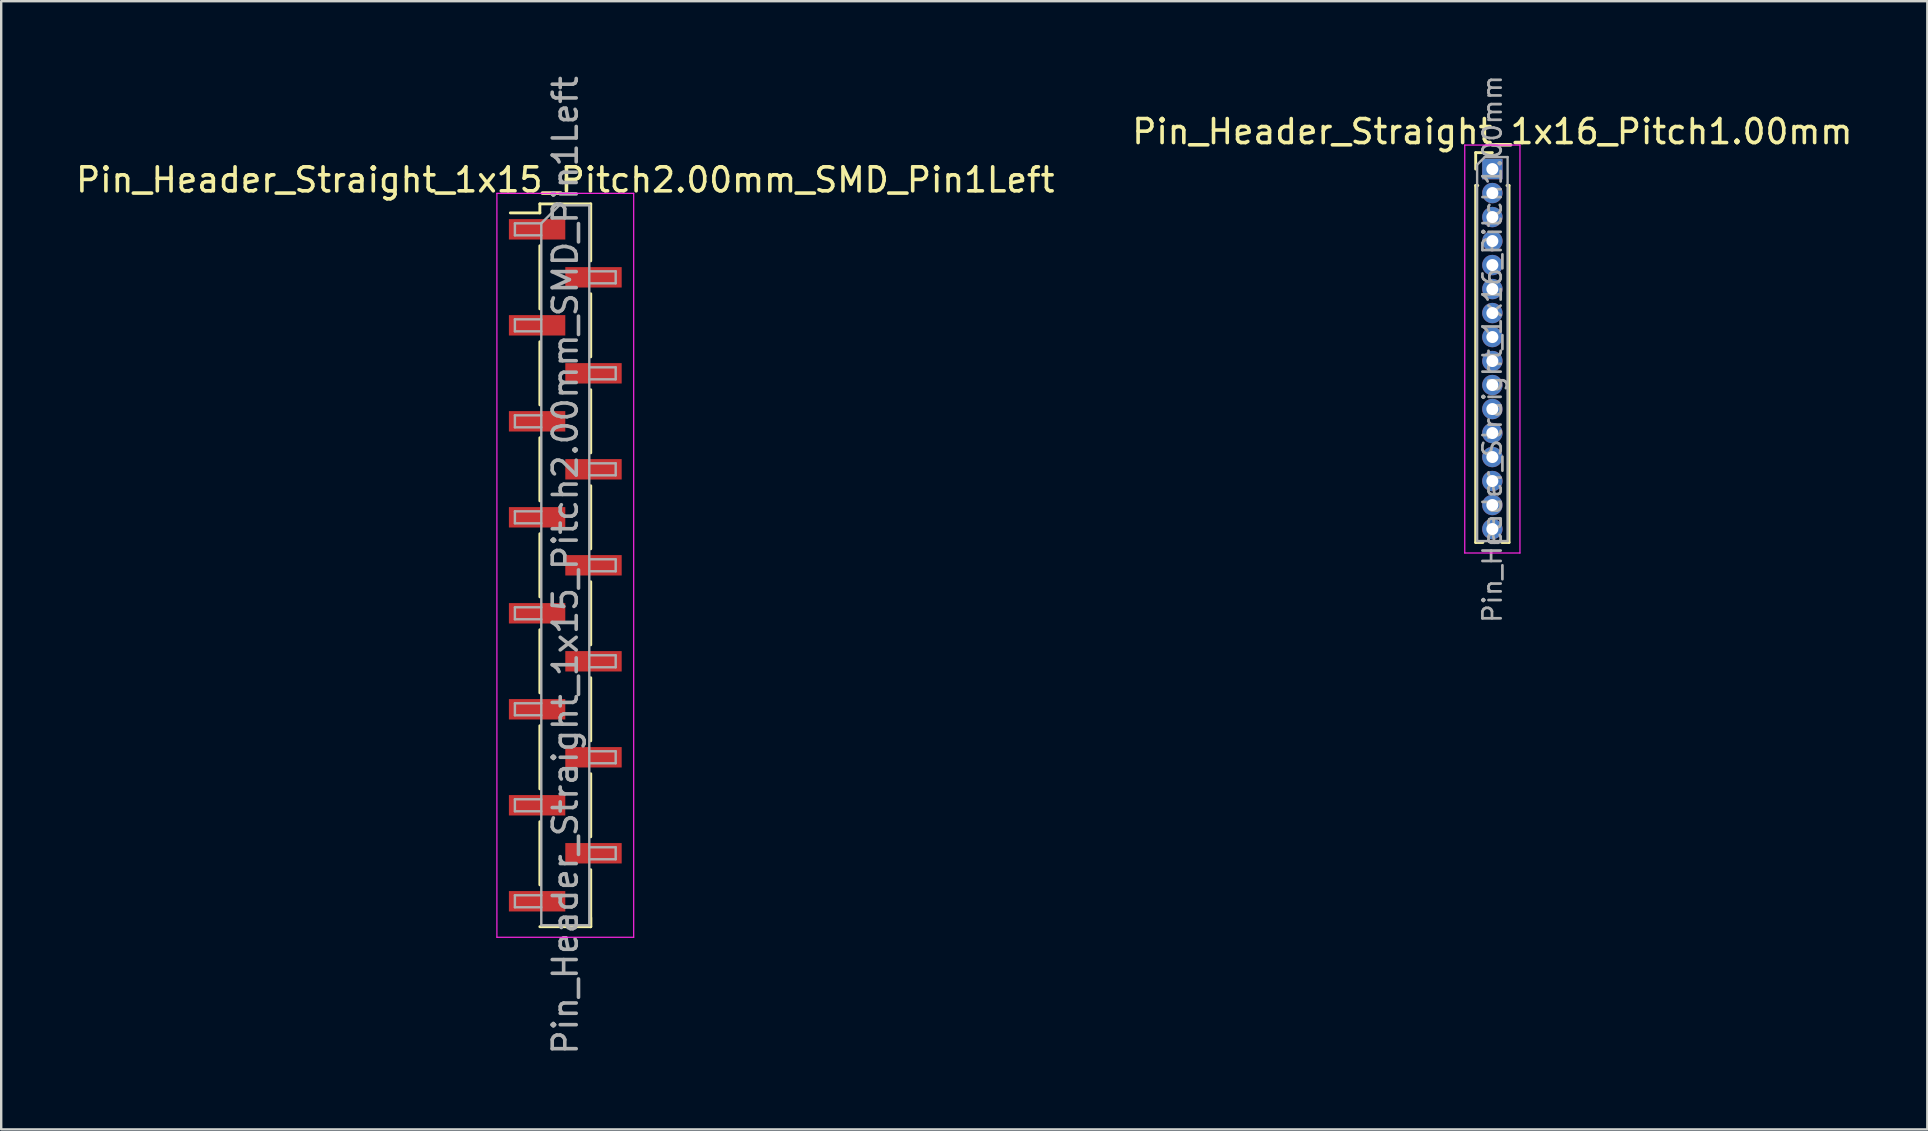
<source format=kicad_pcb>
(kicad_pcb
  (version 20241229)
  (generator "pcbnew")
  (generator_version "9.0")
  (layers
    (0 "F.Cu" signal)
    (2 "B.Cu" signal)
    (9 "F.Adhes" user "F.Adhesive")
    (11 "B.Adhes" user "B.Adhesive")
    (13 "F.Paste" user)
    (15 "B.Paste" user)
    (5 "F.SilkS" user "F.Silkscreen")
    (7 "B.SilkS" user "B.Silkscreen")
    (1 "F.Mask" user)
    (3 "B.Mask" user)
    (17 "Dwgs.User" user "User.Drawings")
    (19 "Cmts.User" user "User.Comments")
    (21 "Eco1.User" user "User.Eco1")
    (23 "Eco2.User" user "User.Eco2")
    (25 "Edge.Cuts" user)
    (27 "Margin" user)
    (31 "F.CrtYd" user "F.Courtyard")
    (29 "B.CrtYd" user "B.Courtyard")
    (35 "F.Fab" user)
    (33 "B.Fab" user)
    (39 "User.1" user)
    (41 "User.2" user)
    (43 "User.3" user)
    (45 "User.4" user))
  (footprint "Pin_Header_Straight_1x15_Pitch2.00mm_SMD_Pin1Left"
    (layer "F.Cu")
    (at 20.506 20.506)
    (property "Reference" "Pin_Header_Straight_1x15_Pitch2.00mm_SMD_Pin1Left" (at 0 -16.06 0) (layer "F.SilkS") (effects (font (size 1 1) (thickness 0.15))))
    (attr smd)
    (fp_line (start -1.06 -15.06) (end -1.06 -14.685) (stroke (width 0.12) (type solid)) (layer "F.SilkS"))
    (fp_line (start -1.06 -15.06) (end 1.06 -15.06) (stroke (width 0.12) (type solid)) (layer "F.SilkS"))
    (fp_line (start -1.06 -14.685) (end -2.29 -14.685) (stroke (width 0.12) (type solid)) (layer "F.SilkS"))
    (fp_line (start -1.06 -13.315) (end -1.06 -10.685) (stroke (width 0.12) (type solid)) (layer "F.SilkS"))
    (fp_line (start -1.06 -9.315) (end -1.06 -6.685) (stroke (width 0.12) (type solid)) (layer "F.SilkS"))
    (fp_line (start -1.06 -5.315) (end -1.06 -2.685) (stroke (width 0.12) (type solid)) (layer "F.SilkS"))
    (fp_line (start -1.06 -1.315) (end -1.06 1.315) (stroke (width 0.12) (type solid)) (layer "F.SilkS"))
    (fp_line (start -1.06 2.685) (end -1.06 5.315) (stroke (width 0.12) (type solid)) (layer "F.SilkS"))
    (fp_line (start -1.06 6.685) (end -1.06 9.315) (stroke (width 0.12) (type solid)) (layer "F.SilkS"))
    (fp_line (start -1.06 10.685) (end -1.06 13.315) (stroke (width 0.12) (type solid)) (layer "F.SilkS"))
    (fp_line (start -1.06 15.06) (end 1.06 15.06) (stroke (width 0.12) (type solid)) (layer "F.SilkS"))
    (fp_line (start 1.06 -15.06) (end 1.06 -12.685) (stroke (width 0.12) (type solid)) (layer "F.SilkS"))
    (fp_line (start 1.06 -11.315) (end 1.06 -8.685) (stroke (width 0.12) (type solid)) (layer "F.SilkS"))
    (fp_line (start 1.06 -7.315) (end 1.06 -4.685) (stroke (width 0.12) (type solid)) (layer "F.SilkS"))
    (fp_line (start 1.06 -3.315) (end 1.06 -0.685) (stroke (width 0.12) (type solid)) (layer "F.SilkS"))
    (fp_line (start 1.06 0.685) (end 1.06 3.315) (stroke (width 0.12) (type solid)) (layer "F.SilkS"))
    (fp_line (start 1.06 4.685) (end 1.06 7.315) (stroke (width 0.12) (type solid)) (layer "F.SilkS"))
    (fp_line (start 1.06 8.685) (end 1.06 11.315) (stroke (width 0.12) (type solid)) (layer "F.SilkS"))
    (fp_line (start 1.06 12.685) (end 1.06 15.06) (stroke (width 0.12) (type solid)) (layer "F.SilkS"))
    (fp_line (start 1.06 14.685) (end 1.06 15.06) (stroke (width 0.12) (type solid)) (layer "F.SilkS"))
    (fp_line (start -2.85 -15.5) (end -2.85 15.5) (stroke (width 0.05) (type solid)) (layer "F.CrtYd"))
    (fp_line (start -2.85 15.5) (end 2.85 15.5) (stroke (width 0.05) (type solid)) (layer "F.CrtYd"))
    (fp_line (start 2.85 -15.5) (end -2.85 -15.5) (stroke (width 0.05) (type solid)) (layer "F.CrtYd"))
    (fp_line (start 2.85 15.5) (end 2.85 -15.5) (stroke (width 0.05) (type solid)) (layer "F.CrtYd"))
    (fp_line (start -2.1 -14.25) (end -2.1 -13.75) (stroke (width 0.1) (type solid)) (layer "F.Fab"))
    (fp_line (start -2.1 -13.75) (end -1 -13.75) (stroke (width 0.1) (type solid)) (layer "F.Fab"))
    (fp_line (start -2.1 -10.25) (end -2.1 -9.75) (stroke (width 0.1) (type solid)) (layer "F.Fab"))
    (fp_line (start -2.1 -9.75) (end -1 -9.75) (stroke (width 0.1) (type solid)) (layer "F.Fab"))
    (fp_line (start -2.1 -6.25) (end -2.1 -5.75) (stroke (width 0.1) (type solid)) (layer "F.Fab"))
    (fp_line (start -2.1 -5.75) (end -1 -5.75) (stroke (width 0.1) (type solid)) (layer "F.Fab"))
    (fp_line (start -2.1 -2.25) (end -2.1 -1.75) (stroke (width 0.1) (type solid)) (layer "F.Fab"))
    (fp_line (start -2.1 -1.75) (end -1 -1.75) (stroke (width 0.1) (type solid)) (layer "F.Fab"))
    (fp_line (start -2.1 1.75) (end -2.1 2.25) (stroke (width 0.1) (type solid)) (layer "F.Fab"))
    (fp_line (start -2.1 2.25) (end -1 2.25) (stroke (width 0.1) (type solid)) (layer "F.Fab"))
    (fp_line (start -2.1 5.75) (end -2.1 6.25) (stroke (width 0.1) (type solid)) (layer "F.Fab"))
    (fp_line (start -2.1 6.25) (end -1 6.25) (stroke (width 0.1) (type solid)) (layer "F.Fab"))
    (fp_line (start -2.1 9.75) (end -2.1 10.25) (stroke (width 0.1) (type solid)) (layer "F.Fab"))
    (fp_line (start -2.1 10.25) (end -1 10.25) (stroke (width 0.1) (type solid)) (layer "F.Fab"))
    (fp_line (start -2.1 13.75) (end -2.1 14.25) (stroke (width 0.1) (type solid)) (layer "F.Fab"))
    (fp_line (start -2.1 14.25) (end -1 14.25) (stroke (width 0.1) (type solid)) (layer "F.Fab"))
    (fp_line (start -1 -14.25) (end -2.1 -14.25) (stroke (width 0.1) (type solid)) (layer "F.Fab"))
    (fp_line (start -1 -14.25) (end -0.25 -15) (stroke (width 0.1) (type solid)) (layer "F.Fab"))
    (fp_line (start -1 -10.25) (end -2.1 -10.25) (stroke (width 0.1) (type solid)) (layer "F.Fab"))
    (fp_line (start -1 -6.25) (end -2.1 -6.25) (stroke (width 0.1) (type solid)) (layer "F.Fab"))
    (fp_line (start -1 -2.25) (end -2.1 -2.25) (stroke (width 0.1) (type solid)) (layer "F.Fab"))
    (fp_line (start -1 1.75) (end -2.1 1.75) (stroke (width 0.1) (type solid)) (layer "F.Fab"))
    (fp_line (start -1 5.75) (end -2.1 5.75) (stroke (width 0.1) (type solid)) (layer "F.Fab"))
    (fp_line (start -1 9.75) (end -2.1 9.75) (stroke (width 0.1) (type solid)) (layer "F.Fab"))
    (fp_line (start -1 13.75) (end -2.1 13.75) (stroke (width 0.1) (type solid)) (layer "F.Fab"))
    (fp_line (start -1 15) (end -1 -14.25) (stroke (width 0.1) (type solid)) (layer "F.Fab"))
    (fp_line (start -0.25 -15) (end 1 -15) (stroke (width 0.1) (type solid)) (layer "F.Fab"))
    (fp_line (start 1 -15) (end 1 15) (stroke (width 0.1) (type solid)) (layer "F.Fab"))
    (fp_line (start 1 -12.25) (end 2.1 -12.25) (stroke (width 0.1) (type solid)) (layer "F.Fab"))
    (fp_line (start 1 -8.25) (end 2.1 -8.25) (stroke (width 0.1) (type solid)) (layer "F.Fab"))
    (fp_line (start 1 -4.25) (end 2.1 -4.25) (stroke (width 0.1) (type solid)) (layer "F.Fab"))
    (fp_line (start 1 -0.25) (end 2.1 -0.25) (stroke (width 0.1) (type solid)) (layer "F.Fab"))
    (fp_line (start 1 3.75) (end 2.1 3.75) (stroke (width 0.1) (type solid)) (layer "F.Fab"))
    (fp_line (start 1 7.75) (end 2.1 7.75) (stroke (width 0.1) (type solid)) (layer "F.Fab"))
    (fp_line (start 1 11.75) (end 2.1 11.75) (stroke (width 0.1) (type solid)) (layer "F.Fab"))
    (fp_line (start 1 15) (end -1 15) (stroke (width 0.1) (type solid)) (layer "F.Fab"))
    (fp_line (start 2.1 -12.25) (end 2.1 -11.75) (stroke (width 0.1) (type solid)) (layer "F.Fab"))
    (fp_line (start 2.1 -11.75) (end 1 -11.75) (stroke (width 0.1) (type solid)) (layer "F.Fab"))
    (fp_line (start 2.1 -8.25) (end 2.1 -7.75) (stroke (width 0.1) (type solid)) (layer "F.Fab"))
    (fp_line (start 2.1 -7.75) (end 1 -7.75) (stroke (width 0.1) (type solid)) (layer "F.Fab"))
    (fp_line (start 2.1 -4.25) (end 2.1 -3.75) (stroke (width 0.1) (type solid)) (layer "F.Fab"))
    (fp_line (start 2.1 -3.75) (end 1 -3.75) (stroke (width 0.1) (type solid)) (layer "F.Fab"))
    (fp_line (start 2.1 -0.25) (end 2.1 0.25) (stroke (width 0.1) (type solid)) (layer "F.Fab"))
    (fp_line (start 2.1 0.25) (end 1 0.25) (stroke (width 0.1) (type solid)) (layer "F.Fab"))
    (fp_line (start 2.1 3.75) (end 2.1 4.25) (stroke (width 0.1) (type solid)) (layer "F.Fab"))
    (fp_line (start 2.1 4.25) (end 1 4.25) (stroke (width 0.1) (type solid)) (layer "F.Fab"))
    (fp_line (start 2.1 7.75) (end 2.1 8.25) (stroke (width 0.1) (type solid)) (layer "F.Fab"))
    (fp_line (start 2.1 8.25) (end 1 8.25) (stroke (width 0.1) (type solid)) (layer "F.Fab"))
    (fp_line (start 2.1 11.75) (end 2.1 12.25) (stroke (width 0.1) (type solid)) (layer "F.Fab"))
    (fp_line (start 2.1 12.25) (end 1 12.25) (stroke (width 0.1) (type solid)) (layer "F.Fab"))
    (fp_text user "${REFERENCE}" (at 0 0 90) (layer "F.Fab") (effects (font (size 1 1) (thickness 0.15))))
    (pad "1" smd rect (at -1.175 -14) (size 2.35 0.85) (layers "F.Cu" "F.Mask" "F.Paste"))
    (pad "2" smd rect (at 1.175 -12) (size 2.35 0.85) (layers "F.Cu" "F.Mask" "F.Paste"))
    (pad "3" smd rect (at -1.175 -10) (size 2.35 0.85) (layers "F.Cu" "F.Mask" "F.Paste"))
    (pad "4" smd rect (at 1.175 -8) (size 2.35 0.85) (layers "F.Cu" "F.Mask" "F.Paste"))
    (pad "5" smd rect (at -1.175 -6) (size 2.35 0.85) (layers "F.Cu" "F.Mask" "F.Paste"))
    (pad "6" smd rect (at 1.175 -4) (size 2.35 0.85) (layers "F.Cu" "F.Mask" "F.Paste"))
    (pad "7" smd rect (at -1.175 -2) (size 2.35 0.85) (layers "F.Cu" "F.Mask" "F.Paste"))
    (pad "8" smd rect (at 1.175 0) (size 2.35 0.85) (layers "F.Cu" "F.Mask" "F.Paste"))
    (pad "9" smd rect (at -1.175 2) (size 2.35 0.85) (layers "F.Cu" "F.Mask" "F.Paste"))
    (pad "10" smd rect (at 1.175 4) (size 2.35 0.85) (layers "F.Cu" "F.Mask" "F.Paste"))
    (pad "11" smd rect (at -1.175 6) (size 2.35 0.85) (layers "F.Cu" "F.Mask" "F.Paste"))
    (pad "12" smd rect (at 1.175 8) (size 2.35 0.85) (layers "F.Cu" "F.Mask" "F.Paste"))
    (pad "13" smd rect (at -1.175 10) (size 2.35 0.85) (layers "F.Cu" "F.Mask" "F.Paste"))
    (pad "14" smd rect (at 1.175 12) (size 2.35 0.85) (layers "F.Cu" "F.Mask" "F.Paste"))
    (pad "15" smd rect (at -1.175 14) (size 2.35 0.85) (layers "F.Cu" "F.Mask" "F.Paste")))
  (footprint "Pin_Header_Straight_1x16_Pitch1.00mm"
    (layer "F.Cu")
    (at 59.137 3.995)
    (property "Reference" "Pin_Header_Straight_1x16_Pitch1.00mm" (at 0 -1.56 0) (layer "F.SilkS") (effects (font (size 1 1) (thickness 0.15))))
    (attr through_hole)
    (fp_line (start -0.695 -0.685) (end 0 -0.685) (stroke (width 0.12) (type solid)) (layer "F.SilkS"))
    (fp_line (start -0.695 0) (end -0.695 -0.685) (stroke (width 0.12) (type solid)) (layer "F.SilkS"))
    (fp_line (start -0.695 0.685) (end -0.695 15.56) (stroke (width 0.12) (type solid)) (layer "F.SilkS"))
    (fp_line (start -0.695 0.685) (end -0.608 0.685) (stroke (width 0.12) (type solid)) (layer "F.SilkS"))
    (fp_line (start -0.695 15.56) (end -0.394 15.56) (stroke (width 0.12) (type solid)) (layer "F.SilkS"))
    (fp_line (start 0.394 15.56) (end 0.695 15.56) (stroke (width 0.12) (type solid)) (layer "F.SilkS"))
    (fp_line (start 0.608 0.685) (end 0.695 0.685) (stroke (width 0.12) (type solid)) (layer "F.SilkS"))
    (fp_line (start 0.695 0.685) (end 0.695 15.56) (stroke (width 0.12) (type solid)) (layer "F.SilkS"))
    (fp_line (start -1.15 -1) (end -1.15 16) (stroke (width 0.05) (type solid)) (layer "F.CrtYd"))
    (fp_line (start -1.15 16) (end 1.15 16) (stroke (width 0.05) (type solid)) (layer "F.CrtYd"))
    (fp_line (start 1.15 -1) (end -1.15 -1) (stroke (width 0.05) (type solid)) (layer "F.CrtYd"))
    (fp_line (start 1.15 16) (end 1.15 -1) (stroke (width 0.05) (type solid)) (layer "F.CrtYd"))
    (fp_line (start -0.635 -0.182) (end -0.318 -0.5) (stroke (width 0.1) (type solid)) (layer "F.Fab"))
    (fp_line (start -0.635 15.5) (end -0.635 -0.182) (stroke (width 0.1) (type solid)) (layer "F.Fab"))
    (fp_line (start -0.318 -0.5) (end 0.635 -0.5) (stroke (width 0.1) (type solid)) (layer "F.Fab"))
    (fp_line (start 0.635 -0.5) (end 0.635 15.5) (stroke (width 0.1) (type solid)) (layer "F.Fab"))
    (fp_line (start 0.635 15.5) (end -0.635 15.5) (stroke (width 0.1) (type solid)) (layer "F.Fab"))
    (fp_text user "${REFERENCE}" (at 0 7.5 90) (layer "F.Fab") (effects (font (size 0.76 0.76) (thickness 0.114))))
    (pad "1" thru_hole rect (at 0 0) (size 0.85 0.85) (drill 0.5) (layers "*.Cu" "*.Mask"))
    (pad "2" thru_hole oval (at 0 1) (size 0.85 0.85) (drill 0.5) (layers "*.Cu" "*.Mask"))
    (pad "3" thru_hole oval (at 0 2) (size 0.85 0.85) (drill 0.5) (layers "*.Cu" "*.Mask"))
    (pad "4" thru_hole oval (at 0 3) (size 0.85 0.85) (drill 0.5) (layers "*.Cu" "*.Mask"))
    (pad "5" thru_hole oval (at 0 4) (size 0.85 0.85) (drill 0.5) (layers "*.Cu" "*.Mask"))
    (pad "6" thru_hole oval (at 0 5) (size 0.85 0.85) (drill 0.5) (layers "*.Cu" "*.Mask"))
    (pad "7" thru_hole oval (at 0 6) (size 0.85 0.85) (drill 0.5) (layers "*.Cu" "*.Mask"))
    (pad "8" thru_hole oval (at 0 7) (size 0.85 0.85) (drill 0.5) (layers "*.Cu" "*.Mask"))
    (pad "9" thru_hole oval (at 0 8) (size 0.85 0.85) (drill 0.5) (layers "*.Cu" "*.Mask"))
    (pad "10" thru_hole oval (at 0 9) (size 0.85 0.85) (drill 0.5) (layers "*.Cu" "*.Mask"))
    (pad "11" thru_hole oval (at 0 10) (size 0.85 0.85) (drill 0.5) (layers "*.Cu" "*.Mask"))
    (pad "12" thru_hole oval (at 0 11) (size 0.85 0.85) (drill 0.5) (layers "*.Cu" "*.Mask"))
    (pad "13" thru_hole oval (at 0 12) (size 0.85 0.85) (drill 0.5) (layers "*.Cu" "*.Mask"))
    (pad "14" thru_hole oval (at 0 13) (size 0.85 0.85) (drill 0.5) (layers "*.Cu" "*.Mask"))
    (pad "15" thru_hole oval (at 0 14) (size 0.85 0.85) (drill 0.5) (layers "*.Cu" "*.Mask"))
    (pad "16" thru_hole oval (at 0 15) (size 0.85 0.85) (drill 0.5) (layers "*.Cu" "*.Mask")))
  (gr_rect
    (start -3 -3)
    (end 77.262 44.012)
    (stroke (width 0.1) (type default))
    (fill no)
    (layer "Edge.Cuts")))
</source>
